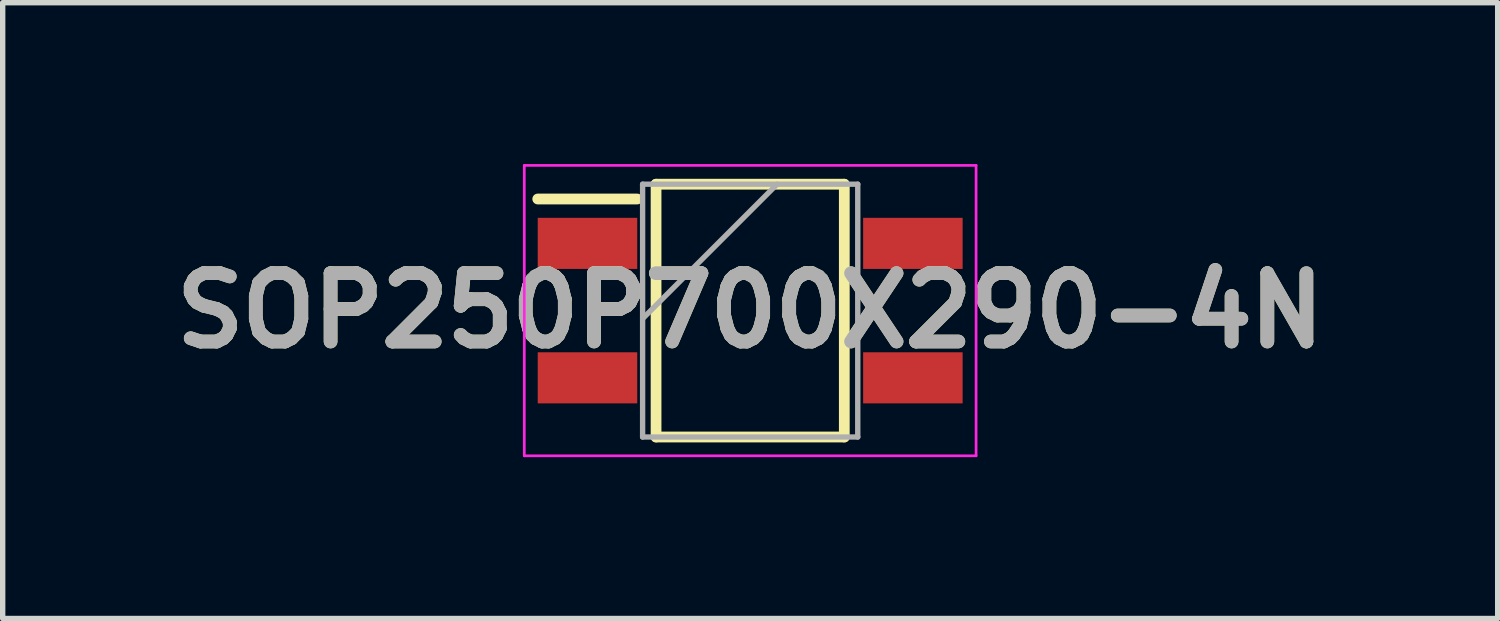
<source format=kicad_pcb>
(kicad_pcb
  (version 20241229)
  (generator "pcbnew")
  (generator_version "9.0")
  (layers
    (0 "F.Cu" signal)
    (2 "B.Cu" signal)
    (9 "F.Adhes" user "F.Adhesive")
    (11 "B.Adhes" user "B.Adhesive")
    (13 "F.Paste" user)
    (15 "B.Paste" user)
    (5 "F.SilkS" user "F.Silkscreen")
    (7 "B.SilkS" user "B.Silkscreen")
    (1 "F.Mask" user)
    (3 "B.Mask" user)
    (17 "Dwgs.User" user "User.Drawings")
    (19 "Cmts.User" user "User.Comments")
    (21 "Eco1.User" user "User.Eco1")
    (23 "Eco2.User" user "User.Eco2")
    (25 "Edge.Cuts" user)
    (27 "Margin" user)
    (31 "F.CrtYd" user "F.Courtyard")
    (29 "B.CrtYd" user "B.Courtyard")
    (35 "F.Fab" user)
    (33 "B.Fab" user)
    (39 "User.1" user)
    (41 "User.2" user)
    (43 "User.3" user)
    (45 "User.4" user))
  (footprint "SOP250P700X290-4N"
    (layer "F.Cu")
    (at 10.898 2.725)
    (property "Reference" "SOP250P700X290-4N" (at 0 0 0) (layer "F.SilkS") (effects (font (size 1.27 1.27) (thickness 0.254))))
    (attr smd)
    (fp_line (start -3.95 -2.075) (end -2.1 -2.075) (stroke (width 0.2) (type solid)) (layer "F.SilkS"))
    (fp_line (start -1.75 -2.35) (end 1.75 -2.35) (stroke (width 0.2) (type solid)) (layer "F.SilkS"))
    (fp_line (start -1.75 2.35) (end -1.75 -2.35) (stroke (width 0.2) (type solid)) (layer "F.SilkS"))
    (fp_line (start 1.75 -2.35) (end 1.75 2.35) (stroke (width 0.2) (type solid)) (layer "F.SilkS"))
    (fp_line (start 1.75 2.35) (end -1.75 2.35) (stroke (width 0.2) (type solid)) (layer "F.SilkS"))
    (fp_line (start -4.2 -2.7) (end 4.2 -2.7) (stroke (width 0.05) (type solid)) (layer "F.CrtYd"))
    (fp_line (start -4.2 2.7) (end -4.2 -2.7) (stroke (width 0.05) (type solid)) (layer "F.CrtYd"))
    (fp_line (start 4.2 -2.7) (end 4.2 2.7) (stroke (width 0.05) (type solid)) (layer "F.CrtYd"))
    (fp_line (start 4.2 2.7) (end -4.2 2.7) (stroke (width 0.05) (type solid)) (layer "F.CrtYd"))
    (fp_line (start -2 -2.35) (end 2 -2.35) (stroke (width 0.1) (type solid)) (layer "F.Fab"))
    (fp_line (start -2 0.15) (end 0.5 -2.35) (stroke (width 0.1) (type solid)) (layer "F.Fab"))
    (fp_line (start -2 2.35) (end -2 -2.35) (stroke (width 0.1) (type solid)) (layer "F.Fab"))
    (fp_line (start 2 -2.35) (end 2 2.35) (stroke (width 0.1) (type solid)) (layer "F.Fab"))
    (fp_line (start 2 2.35) (end -2 2.35) (stroke (width 0.1) (type solid)) (layer "F.Fab"))
    (fp_text user "${REFERENCE}" (at 0 0 0) (layer "F.Fab") (effects (font (size 1.27 1.27) (thickness 0.254))))
    (pad "1" smd rect (at -3.025 -1.25 90) (size 0.95 1.85) (layers "F.Cu" "F.Mask" "F.Paste"))
    (pad "2" smd rect (at -3.025 1.25 90) (size 0.95 1.85) (layers "F.Cu" "F.Mask" "F.Paste"))
    (pad "3" smd rect (at 3.025 1.25 90) (size 0.95 1.85) (layers "F.Cu" "F.Mask" "F.Paste"))
    (pad "4" smd rect (at 3.025 -1.25 90) (size 0.95 1.85) (layers "F.Cu" "F.Mask" "F.Paste")))
  (gr_rect
    (start -3 -3)
    (end 24.796 8.45)
    (stroke (width 0.1) (type default))
    (fill no)
    (layer "Edge.Cuts")))
</source>
